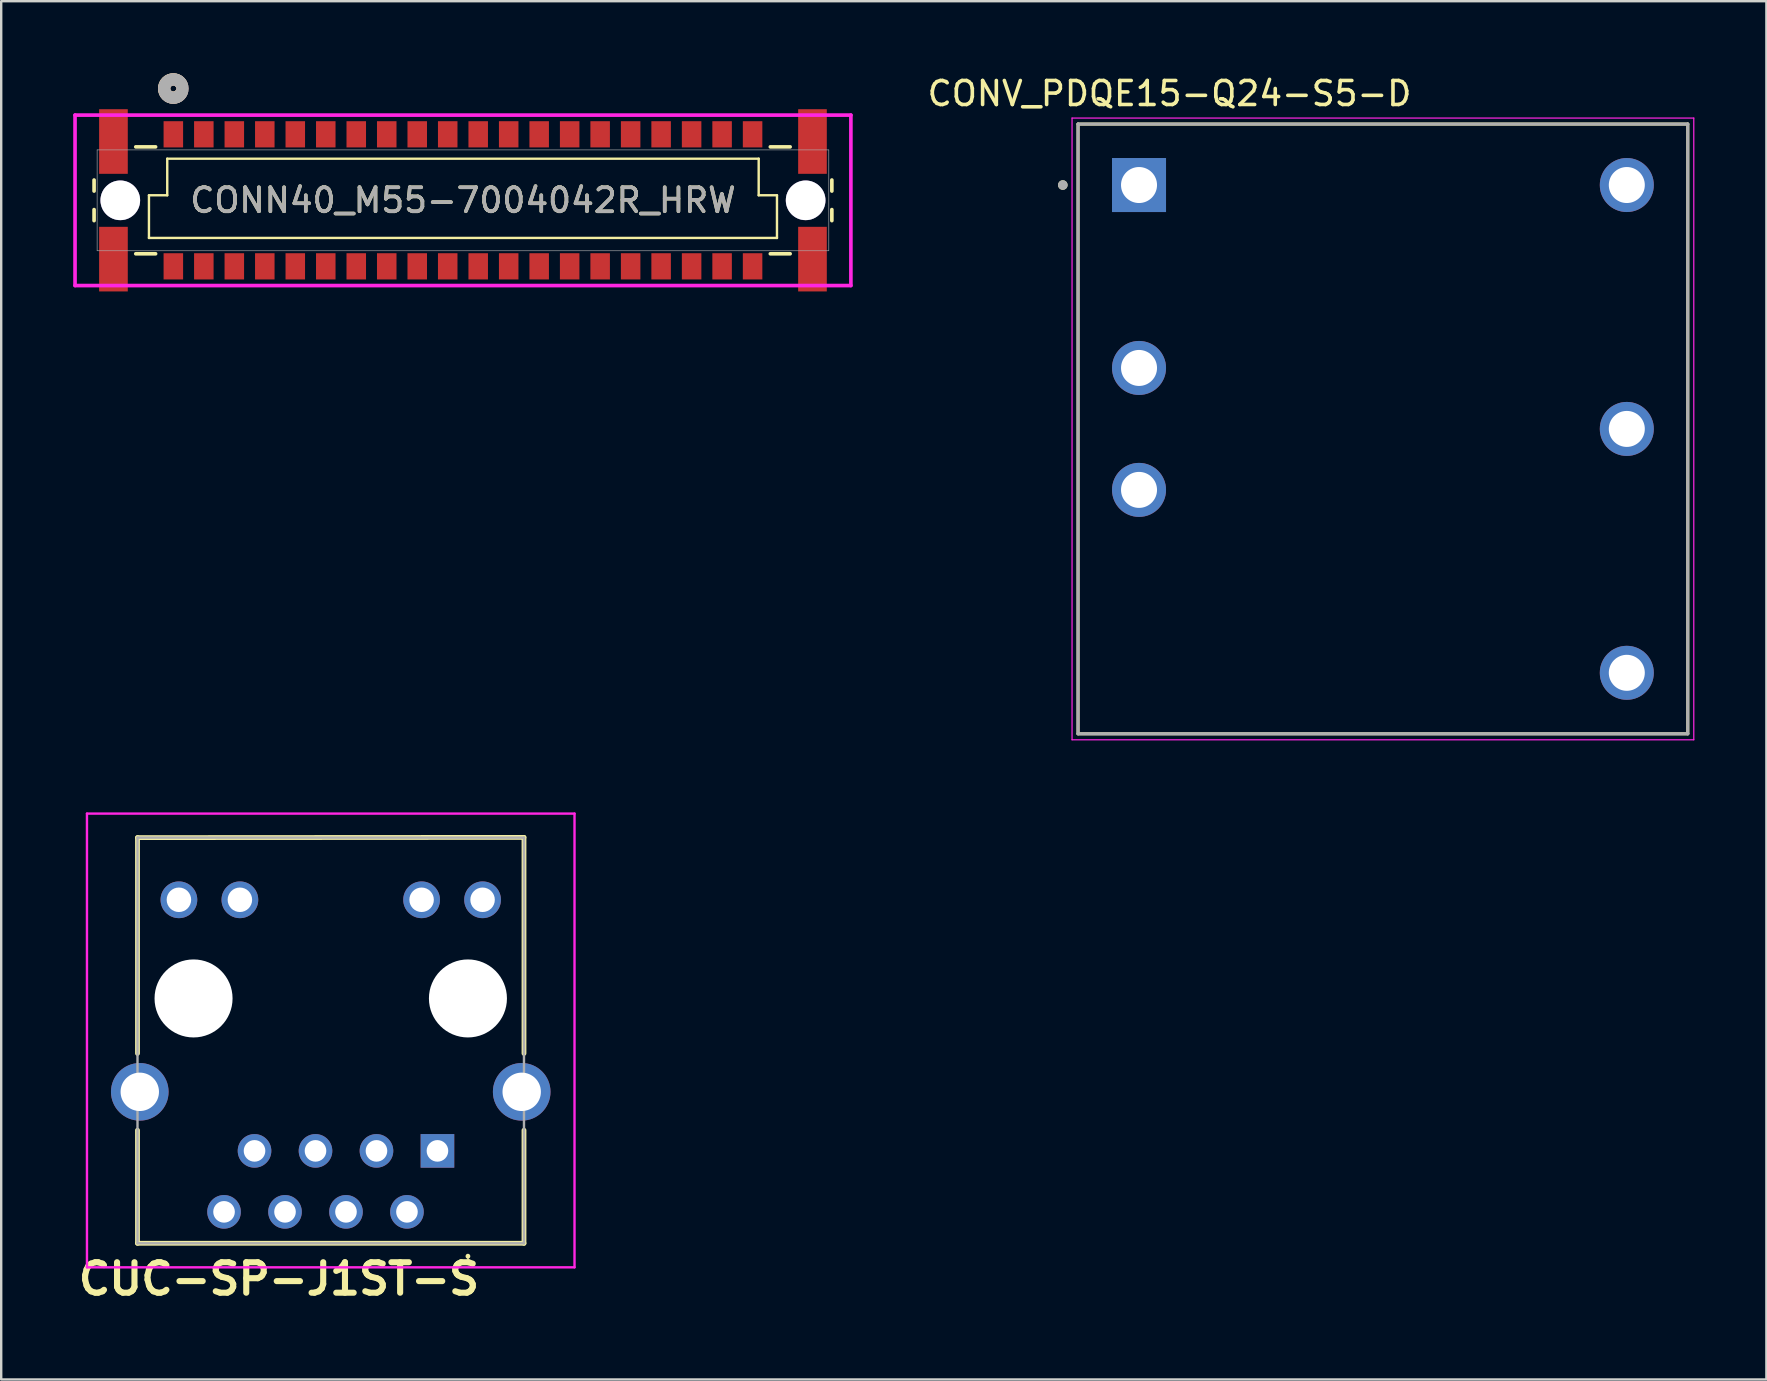
<source format=kicad_pcb>
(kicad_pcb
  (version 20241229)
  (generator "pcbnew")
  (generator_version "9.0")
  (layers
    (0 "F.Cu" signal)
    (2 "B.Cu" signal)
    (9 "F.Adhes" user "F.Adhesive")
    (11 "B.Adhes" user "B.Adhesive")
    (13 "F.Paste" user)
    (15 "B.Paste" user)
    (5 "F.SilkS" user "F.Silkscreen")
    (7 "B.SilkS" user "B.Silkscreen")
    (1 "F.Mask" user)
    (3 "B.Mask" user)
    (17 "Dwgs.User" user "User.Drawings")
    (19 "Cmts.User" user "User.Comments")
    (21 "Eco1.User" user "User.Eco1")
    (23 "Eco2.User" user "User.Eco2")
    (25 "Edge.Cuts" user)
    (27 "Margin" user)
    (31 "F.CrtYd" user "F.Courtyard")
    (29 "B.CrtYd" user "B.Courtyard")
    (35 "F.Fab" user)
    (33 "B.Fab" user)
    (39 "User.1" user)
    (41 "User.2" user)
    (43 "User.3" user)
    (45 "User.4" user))
  (footprint "CUC-SP-J1ST-S"
    (layer "F.Cu")
    (at 16.443 47.433)
    (property "Reference" "CUC-SP-J1ST-S" (at -7.874 2.794 0) (layer "F.SilkS") (effects (font (size 1.27 1.27) (thickness 0.254))))
    (attr through_hole)
    (fp_line (start -13.765 -15.59) (end 2.335 -15.6) (stroke (width 0.2) (type solid)) (layer "F.SilkS"))
    (fp_line (start -13.765 -6.6) (end -13.765 -15.59) (stroke (width 0.2) (type solid)) (layer "F.SilkS"))
    (fp_line (start -13.765 1.31) (end -13.765 -3.4) (stroke (width 0.2) (type solid)) (layer "F.SilkS"))
    (fp_line (start 0 1.8) (end 0 1.8) (stroke (width 0.1) (type solid)) (layer "F.SilkS"))
    (fp_line (start 0 1.9) (end 0 1.9) (stroke (width 0.1) (type solid)) (layer "F.SilkS"))
    (fp_line (start 2.335 -15.6) (end 2.335 -6.6) (stroke (width 0.2) (type solid)) (layer "F.SilkS"))
    (fp_line (start 2.335 -3.4) (end 2.335 1.31) (stroke (width 0.2) (type solid)) (layer "F.SilkS"))
    (fp_line (start 2.335 1.31) (end -13.765 1.31) (stroke (width 0.2) (type solid)) (layer "F.SilkS"))
    (fp_arc (start 0 1.8) (mid 0.05 1.85) (end 0 1.9) (stroke (width 0.1) (type solid)) (layer "F.SilkS"))
    (fp_arc (start 0 1.9) (mid -0.05 1.85) (end 0 1.8) (stroke (width 0.1) (type solid)) (layer "F.SilkS"))
    (fp_line (start -15.87 -16.59) (end 4.44 -16.59) (stroke (width 0.1) (type solid)) (layer "F.CrtYd"))
    (fp_line (start -15.87 2.31) (end -15.87 -16.59) (stroke (width 0.1) (type solid)) (layer "F.CrtYd"))
    (fp_line (start 4.44 -16.59) (end 4.44 2.31) (stroke (width 0.1) (type solid)) (layer "F.CrtYd"))
    (fp_line (start 4.44 2.31) (end -15.87 2.31) (stroke (width 0.1) (type solid)) (layer "F.CrtYd"))
    (fp_line (start -13.765 -15.59) (end 2.335 -15.59) (stroke (width 0.1) (type solid)) (layer "F.Fab"))
    (fp_line (start -13.765 1.31) (end -13.765 -15.59) (stroke (width 0.1) (type solid)) (layer "F.Fab"))
    (fp_line (start 2.335 -15.59) (end 2.335 1.31) (stroke (width 0.1) (type solid)) (layer "F.Fab"))
    (fp_line (start 2.335 1.31) (end -13.765 1.31) (stroke (width 0.1) (type solid)) (layer "F.Fab"))
    (pad "" np_thru_hole circle (at -11.43 -8.89) (size 3.25 3.25) (drill 3.25) (layers "*.Cu" "*.Mask"))
    (pad "" np_thru_hole circle (at 0 -8.89) (size 3.25 3.25) (drill 3.25) (layers "*.Cu" "*.Mask"))
    (pad "1" thru_hole rect (at -1.27 -2.54) (size 1.4 1.4) (drill 0.9) (layers "*.Cu" "*.Mask"))
    (pad "2" thru_hole circle (at -2.54 0) (size 1.4 1.4) (drill 0.9) (layers "*.Cu" "*.Mask"))
    (pad "3" thru_hole circle (at -3.81 -2.54) (size 1.4 1.4) (drill 0.9) (layers "*.Cu" "*.Mask"))
    (pad "4" thru_hole circle (at -5.08 0) (size 1.4 1.4) (drill 0.9) (layers "*.Cu" "*.Mask"))
    (pad "5" thru_hole circle (at -6.35 -2.54) (size 1.4 1.4) (drill 0.9) (layers "*.Cu" "*.Mask"))
    (pad "6" thru_hole circle (at -7.62 0) (size 1.4 1.4) (drill 0.9) (layers "*.Cu" "*.Mask"))
    (pad "7" thru_hole circle (at -8.89 -2.54) (size 1.4 1.4) (drill 0.9) (layers "*.Cu" "*.Mask"))
    (pad "8" thru_hole circle (at -10.16 0) (size 1.4 1.4) (drill 0.9) (layers "*.Cu" "*.Mask"))
    (pad "9" thru_hole circle (at 0.61 -13) (size 1.53 1.53) (drill 1.02) (layers "*.Cu" "*.Mask"))
    (pad "10" thru_hole circle (at -1.93 -13) (size 1.53 1.53) (drill 1.02) (layers "*.Cu" "*.Mask"))
    (pad "11" thru_hole circle (at -9.5 -13) (size 1.53 1.53) (drill 1.02) (layers "*.Cu" "*.Mask"))
    (pad "12" thru_hole circle (at -12.04 -13) (size 1.53 1.53) (drill 1.02) (layers "*.Cu" "*.Mask"))
    (pad "SH" thru_hole circle (at -13.67 -5) (size 2.4 2.4) (drill 1.6) (layers "*.Cu" "*.Mask"))
    (pad "SH" thru_hole circle (at 2.24 -5) (size 2.4 2.4) (drill 1.6) (layers "*.Cu" "*.Mask")))
  (footprint "CONN40_M55-7004042R_HRW"
    (layer "F.Cu")
    (at 4.171 2.545)
    (property "Reference" "CONN40_M55-7004042R_HRW" (at 12.065 2.75 0) (unlocked yes) (layer "F.SilkS") (effects (font (size 1 1) (thickness 0.15))))
    (attr smd)
    (fp_line (start -3.302 1.904) (end -3.302 2.364) (stroke (width 0.152) (type solid)) (layer "F.SilkS"))
    (fp_line (start -3.302 3.136) (end -3.302 3.596) (stroke (width 0.152) (type solid)) (layer "F.SilkS"))
    (fp_line (start -1.565 4.977) (end -0.739 4.977) (stroke (width 0.152) (type solid)) (layer "F.SilkS"))
    (fp_line (start -1.016 2.54) (end -1.016 4.318) (stroke (width 0.1) (type default)) (layer "F.SilkS"))
    (fp_line (start -1.016 4.318) (end 25.146 4.318) (stroke (width 0.1) (type default)) (layer "F.SilkS"))
    (fp_line (start -0.739 0.523) (end -1.565 0.523) (stroke (width 0.152) (type solid)) (layer "F.SilkS"))
    (fp_line (start -0.254 1.016) (end -0.254 2.54) (stroke (width 0.1) (type default)) (layer "F.SilkS"))
    (fp_line (start -0.254 2.54) (end -1.016 2.54) (stroke (width 0.1) (type default)) (layer "F.SilkS"))
    (fp_line (start 24.384 1.016) (end -0.254 1.016) (stroke (width 0.1) (type default)) (layer "F.SilkS"))
    (fp_line (start 24.384 2.54) (end 24.384 1.016) (stroke (width 0.1) (type default)) (layer "F.SilkS"))
    (fp_line (start 24.869 4.977) (end 25.695 4.977) (stroke (width 0.152) (type solid)) (layer "F.SilkS"))
    (fp_line (start 25.146 2.54) (end 24.384 2.54) (stroke (width 0.1) (type default)) (layer "F.SilkS"))
    (fp_line (start 25.146 4.318) (end 25.146 2.54) (stroke (width 0.1) (type default)) (layer "F.SilkS"))
    (fp_line (start 25.695 0.523) (end 24.869 0.523) (stroke (width 0.152) (type solid)) (layer "F.SilkS"))
    (fp_line (start 27.432 2.364) (end 27.432 1.904) (stroke (width 0.152) (type solid)) (layer "F.SilkS"))
    (fp_line (start 27.432 3.596) (end 27.432 3.136) (stroke (width 0.152) (type solid)) (layer "F.SilkS"))
    (fp_arc (start 0.3302 -1.7272) (mid -0.385356 -1.9095) (end 0.3302 -2.0918) (stroke (width 0.508) (type solid)) (layer "F.SilkS"))
    (fp_circle (center 0 -1.905) (end 0.381 -1.905) (stroke (width 0.508) (type solid)) (fill no) (layer "B.SilkS"))
    (fp_line (start -4.095 -0.8) (end -4.095 6.3) (stroke (width 0.152) (type solid)) (layer "F.CrtYd"))
    (fp_line (start -4.095 6.3) (end 28.225 6.3) (stroke (width 0.152) (type solid)) (layer "F.CrtYd"))
    (fp_line (start 28.225 -0.8) (end -4.095 -0.8) (stroke (width 0.152) (type solid)) (layer "F.CrtYd"))
    (fp_line (start 28.225 6.3) (end 28.225 -0.8) (stroke (width 0.152) (type solid)) (layer "F.CrtYd"))
    (fp_line (start -3.175 0.65) (end -3.175 4.85) (stroke (width 0.025) (type solid)) (layer "F.Fab"))
    (fp_line (start -3.175 4.85) (end 27.305 4.85) (stroke (width 0.025) (type solid)) (layer "F.Fab"))
    (fp_line (start 27.305 0.65) (end -3.175 0.65) (stroke (width 0.025) (type solid)) (layer "F.Fab"))
    (fp_line (start 27.305 4.85) (end 27.305 0.65) (stroke (width 0.025) (type solid)) (layer "F.Fab"))
    (fp_circle (center 0 -1.905) (end 0.381 -1.905) (stroke (width 0.508) (type solid)) (fill no) (layer "F.Fab"))
    (fp_text user "${REFERENCE}" (at 12.065 2.75 0) (unlocked yes) (layer "F.Fab") (effects (font (size 1 1) (thickness 0.15))))
    (pad "41" smd rect (at -2.495 0.3 90) (size 2.692 1.194) (layers "F.Cu" "F.Mask" "F.Paste"))
    (pad "42" smd rect (at 26.625 0.3 90) (size 2.692 1.194) (layers "F.Cu" "F.Mask" "F.Paste"))
    (pad "43" smd rect (at -2.495 5.2 90) (size 2.692 1.194) (layers "F.Cu" "F.Mask" "F.Paste"))
    (pad "44" smd rect (at 26.625 5.2 90) (size 2.692 1.194) (layers "F.Cu" "F.Mask" "F.Paste"))
    (pad "45" thru_hole circle (at -2.21 2.75) (size 1.651 1.651) (drill 1.651) (layers "*.Cu" "*.Mask"))
    (pad "46" thru_hole circle (at 26.34 2.75) (size 1.651 1.651) (drill 1.651) (layers "*.Cu" "*.Mask"))
    (pad "a1" smd rect (at 0 0) (size 0.813 1.092) (layers "F.Cu" "F.Mask" "F.Paste"))
    (pad "a2" smd rect (at 1.27 0) (size 0.813 1.092) (layers "F.Cu" "F.Mask" "F.Paste"))
    (pad "a3" smd rect (at 2.54 0) (size 0.813 1.092) (layers "F.Cu" "F.Mask" "F.Paste"))
    (pad "a4" smd rect (at 3.81 0) (size 0.813 1.092) (layers "F.Cu" "F.Mask" "F.Paste"))
    (pad "a5" smd rect (at 5.08 0) (size 0.813 1.092) (layers "F.Cu" "F.Mask" "F.Paste"))
    (pad "a6" smd rect (at 6.35 0) (size 0.813 1.092) (layers "F.Cu" "F.Mask" "F.Paste"))
    (pad "a7" smd rect (at 7.62 0) (size 0.813 1.092) (layers "F.Cu" "F.Mask" "F.Paste"))
    (pad "a8" smd rect (at 8.89 0) (size 0.813 1.092) (layers "F.Cu" "F.Mask" "F.Paste"))
    (pad "a9" smd rect (at 10.16 0) (size 0.813 1.092) (layers "F.Cu" "F.Mask" "F.Paste"))
    (pad "a10" smd rect (at 11.43 0) (size 0.813 1.092) (layers "F.Cu" "F.Mask" "F.Paste"))
    (pad "a11" smd rect (at 12.7 0) (size 0.813 1.092) (layers "F.Cu" "F.Mask" "F.Paste"))
    (pad "a12" smd rect (at 13.97 0) (size 0.813 1.092) (layers "F.Cu" "F.Mask" "F.Paste"))
    (pad "a13" smd rect (at 15.24 0) (size 0.813 1.092) (layers "F.Cu" "F.Mask" "F.Paste"))
    (pad "a14" smd rect (at 16.51 0) (size 0.813 1.092) (layers "F.Cu" "F.Mask" "F.Paste"))
    (pad "a15" smd rect (at 17.78 0) (size 0.813 1.092) (layers "F.Cu" "F.Mask" "F.Paste"))
    (pad "a16" smd rect (at 19.05 0) (size 0.813 1.092) (layers "F.Cu" "F.Mask" "F.Paste"))
    (pad "a17" smd rect (at 20.32 0) (size 0.813 1.092) (layers "F.Cu" "F.Mask" "F.Paste"))
    (pad "a18" smd rect (at 21.59 0) (size 0.813 1.092) (layers "F.Cu" "F.Mask" "F.Paste"))
    (pad "a19" smd rect (at 22.86 0) (size 0.813 1.092) (layers "F.Cu" "F.Mask" "F.Paste"))
    (pad "a20" smd rect (at 24.13 0) (size 0.813 1.092) (layers "F.Cu" "F.Mask" "F.Paste"))
    (pad "b1" smd rect (at 0 5.5) (size 0.813 1.092) (layers "F.Cu" "F.Mask" "F.Paste"))
    (pad "b2" smd rect (at 1.27 5.5) (size 0.813 1.092) (layers "F.Cu" "F.Mask" "F.Paste"))
    (pad "b3" smd rect (at 2.54 5.5) (size 0.813 1.092) (layers "F.Cu" "F.Mask" "F.Paste"))
    (pad "b4" smd rect (at 3.81 5.5) (size 0.813 1.092) (layers "F.Cu" "F.Mask" "F.Paste"))
    (pad "b5" smd rect (at 5.08 5.5) (size 0.813 1.092) (layers "F.Cu" "F.Mask" "F.Paste"))
    (pad "b6" smd rect (at 6.35 5.5) (size 0.813 1.092) (layers "F.Cu" "F.Mask" "F.Paste"))
    (pad "b7" smd rect (at 7.62 5.5) (size 0.813 1.092) (layers "F.Cu" "F.Mask" "F.Paste"))
    (pad "b8" smd rect (at 8.89 5.5) (size 0.813 1.092) (layers "F.Cu" "F.Mask" "F.Paste"))
    (pad "b9" smd rect (at 10.16 5.5) (size 0.813 1.092) (layers "F.Cu" "F.Mask" "F.Paste"))
    (pad "b10" smd rect (at 11.43 5.5) (size 0.813 1.092) (layers "F.Cu" "F.Mask" "F.Paste"))
    (pad "b11" smd rect (at 12.7 5.5) (size 0.813 1.092) (layers "F.Cu" "F.Mask" "F.Paste"))
    (pad "b12" smd rect (at 13.97 5.5) (size 0.813 1.092) (layers "F.Cu" "F.Mask" "F.Paste"))
    (pad "b13" smd rect (at 15.24 5.5) (size 0.813 1.092) (layers "F.Cu" "F.Mask" "F.Paste"))
    (pad "b14" smd rect (at 16.51 5.5) (size 0.813 1.092) (layers "F.Cu" "F.Mask" "F.Paste"))
    (pad "b15" smd rect (at 17.78 5.5) (size 0.813 1.092) (layers "F.Cu" "F.Mask" "F.Paste"))
    (pad "b16" smd rect (at 19.05 5.5) (size 0.813 1.092) (layers "F.Cu" "F.Mask" "F.Paste"))
    (pad "b17" smd rect (at 20.32 5.5) (size 0.813 1.092) (layers "F.Cu" "F.Mask" "F.Paste"))
    (pad "b18" smd rect (at 21.59 5.5) (size 0.813 1.092) (layers "F.Cu" "F.Mask" "F.Paste"))
    (pad "b19" smd rect (at 22.86 5.5) (size 0.813 1.092) (layers "F.Cu" "F.Mask" "F.Paste"))
    (pad "b20" smd rect (at 24.13 5.5) (size 0.813 1.092) (layers "F.Cu" "F.Mask" "F.Paste")))
  (footprint "CONV_PDQE15-Q24-S5-D"
    (layer "F.Cu")
    (at 54.559 14.818)
    (property "Reference" "CONV_PDQE15-Q24-S5-D" (at -8.89 -13.97 0) (layer "F.SilkS") (effects (font (size 1 1) (thickness 0.15))))
    (attr through_hole)
    (fp_line (start -12.7 -12.7) (end -12.7 12.7) (stroke (width 0.127) (type solid)) (layer "F.SilkS"))
    (fp_line (start -12.7 12.7) (end 12.7 12.7) (stroke (width 0.127) (type solid)) (layer "F.SilkS"))
    (fp_line (start 12.7 -12.7) (end -12.7 -12.7) (stroke (width 0.127) (type solid)) (layer "F.SilkS"))
    (fp_line (start 12.7 12.7) (end 12.7 -12.7) (stroke (width 0.127) (type solid)) (layer "F.SilkS"))
    (fp_circle (center -13.335 -10.16) (end -13.235 -10.16) (stroke (width 0.2) (type solid)) (fill no) (layer "F.SilkS"))
    (fp_line (start -12.95 -12.95) (end -12.95 12.95) (stroke (width 0.05) (type solid)) (layer "F.CrtYd"))
    (fp_line (start -12.95 12.95) (end 12.95 12.95) (stroke (width 0.05) (type solid)) (layer "F.CrtYd"))
    (fp_line (start 12.95 -12.95) (end -12.95 -12.95) (stroke (width 0.05) (type solid)) (layer "F.CrtYd"))
    (fp_line (start 12.95 12.95) (end 12.95 -12.95) (stroke (width 0.05) (type solid)) (layer "F.CrtYd"))
    (fp_line (start -12.7 -12.7) (end -12.7 12.7) (stroke (width 0.127) (type solid)) (layer "F.Fab"))
    (fp_line (start -12.7 12.7) (end 12.7 12.7) (stroke (width 0.127) (type solid)) (layer "F.Fab"))
    (fp_line (start 12.7 -12.7) (end -12.7 -12.7) (stroke (width 0.127) (type solid)) (layer "F.Fab"))
    (fp_line (start 12.7 12.7) (end 12.7 -12.7) (stroke (width 0.127) (type solid)) (layer "F.Fab"))
    (fp_circle (center -13.335 -10.16) (end -13.235 -10.16) (stroke (width 0.2) (type solid)) (fill no) (layer "F.Fab"))
    (pad "1" thru_hole rect (at -10.16 -10.16) (size 2.25 2.25) (drill 1.5) (layers "*.Cu" "*.Mask"))
    (pad "2" thru_hole circle (at -10.16 -2.54) (size 2.25 2.25) (drill 1.5) (layers "*.Cu" "*.Mask"))
    (pad "3" thru_hole circle (at -10.16 2.54) (size 2.25 2.25) (drill 1.5) (layers "*.Cu" "*.Mask"))
    (pad "4" thru_hole circle (at 10.16 10.16) (size 2.25 2.25) (drill 1.5) (layers "*.Cu" "*.Mask"))
    (pad "5" thru_hole circle (at 10.16 0) (size 2.25 2.25) (drill 1.5) (layers "*.Cu" "*.Mask"))
    (pad "6" thru_hole circle (at 10.16 -10.16) (size 2.25 2.25) (drill 1.5) (layers "*.Cu" "*.Mask")))
  (gr_rect
    (start -3 -3)
    (end 70.534 54.416)
    (stroke (width 0.1) (type default))
    (fill no)
    (layer "Edge.Cuts")))
</source>
